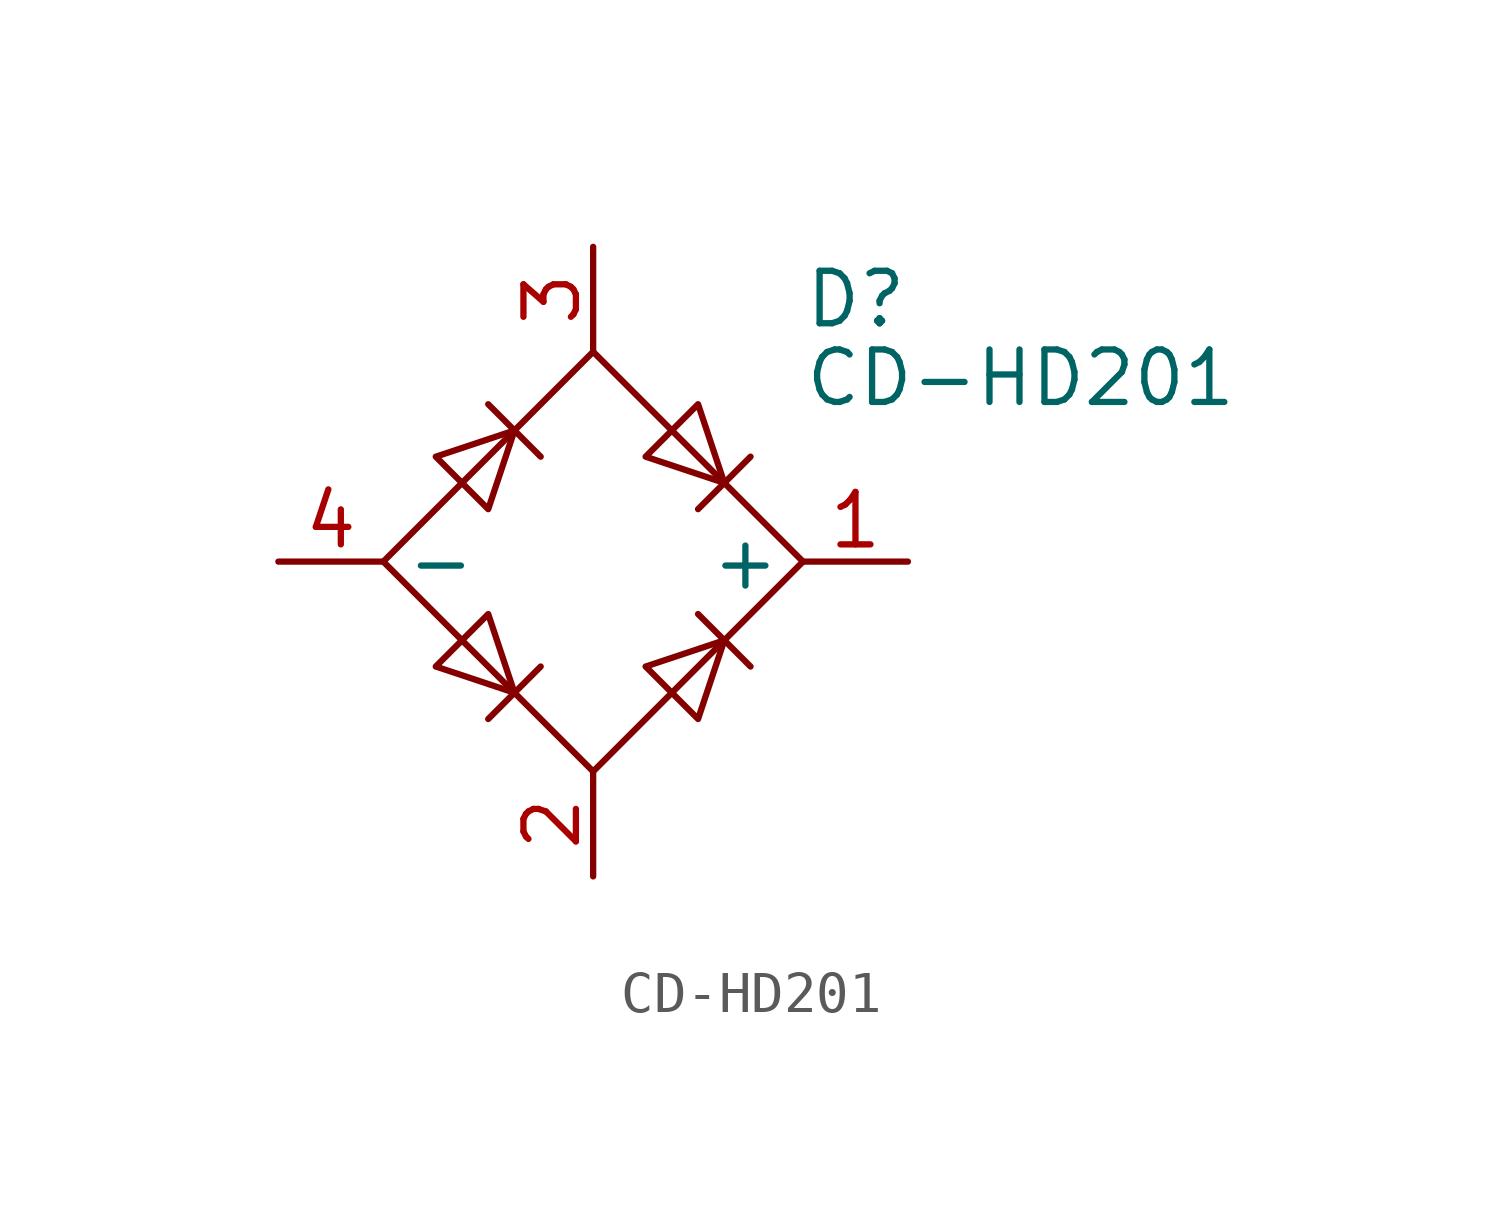
<source format=kicad_sym>
(kicad_symbol_lib
  (version 20220914)
  (generator kicad_symbol_editor)
  (symbol "CD-HD201"
    (property "Reference" "D"
      (at 5.08 6.35 0)
      (effects (font (size 1.27 1.27)) (justify left)))
    (property "Value" "CD-HD201"
      (at 5.08 4.445 0)
      (effects (font (size 1.27 1.27)) (justify left)))
    (symbol "CD-HD201_0_1"
      (polyline (pts (xy -2.54 3.81) (xy -1.27 2.54)) (stroke (width 0) (type default)) (fill (type none)))
      (polyline (pts (xy -1.27 -2.54) (xy -2.54 -3.81)) (stroke (width 0) (type default)) (fill (type none)))
      (polyline (pts (xy 2.54 -1.27) (xy 3.81 -2.54)) (stroke (width 0) (type default)) (fill (type none)))
      (polyline (pts (xy 2.54 1.27) (xy 3.81 2.54)) (stroke (width 0) (type default)) (fill (type none)))
      (polyline (pts (xy -3.81 2.54) (xy -2.54 1.27) (xy -1.905 3.175) (xy -3.81 2.54)) (stroke (width 0) (type default)) (fill (type none)))
      (polyline (pts (xy -2.54 -1.27) (xy -3.81 -2.54) (xy -1.905 -3.175) (xy -2.54 -1.27)) (stroke (width 0) (type default)) (fill (type none)))
      (polyline (pts (xy 1.27 2.54) (xy 2.54 3.81) (xy 3.175 1.905) (xy 1.27 2.54)) (stroke (width 0) (type default)) (fill (type none)))
      (polyline (pts (xy 3.175 -1.905) (xy 1.27 -2.54) (xy 2.54 -3.81) (xy 3.175 -1.905)) (stroke (width 0) (type default)) (fill (type none)))
      (polyline (pts (xy -5.08 0) (xy 0 -5.08) (xy 5.08 0) (xy 0 5.08) (xy -5.08 0)) (stroke (width 0) (type default)) (fill (type none))))
    (symbol "CD-HD201_1_1"
      (pin passive line (at 7.62 0 180) (length 2.54) (name "+" (effects (font (size 1.27 1.27)))) (number "1" (effects (font (size 1.27 1.27)))))
      (pin passive line (at 0 -7.62 90) (length 2.54) (name "~" (effects (font (size 1.27 1.27)))) (number "2" (effects (font (size 1.27 1.27)))))
      (pin passive line (at 0 7.62 270) (length 2.54) (name "~" (effects (font (size 1.27 1.27)))) (number "3" (effects (font (size 1.27 1.27)))))
      (pin passive line (at -7.62 0 0) (length 2.54) (name "-" (effects (font (size 1.27 1.27)))) (number "4" (effects (font (size 1.27 1.27))))))))
</source>
